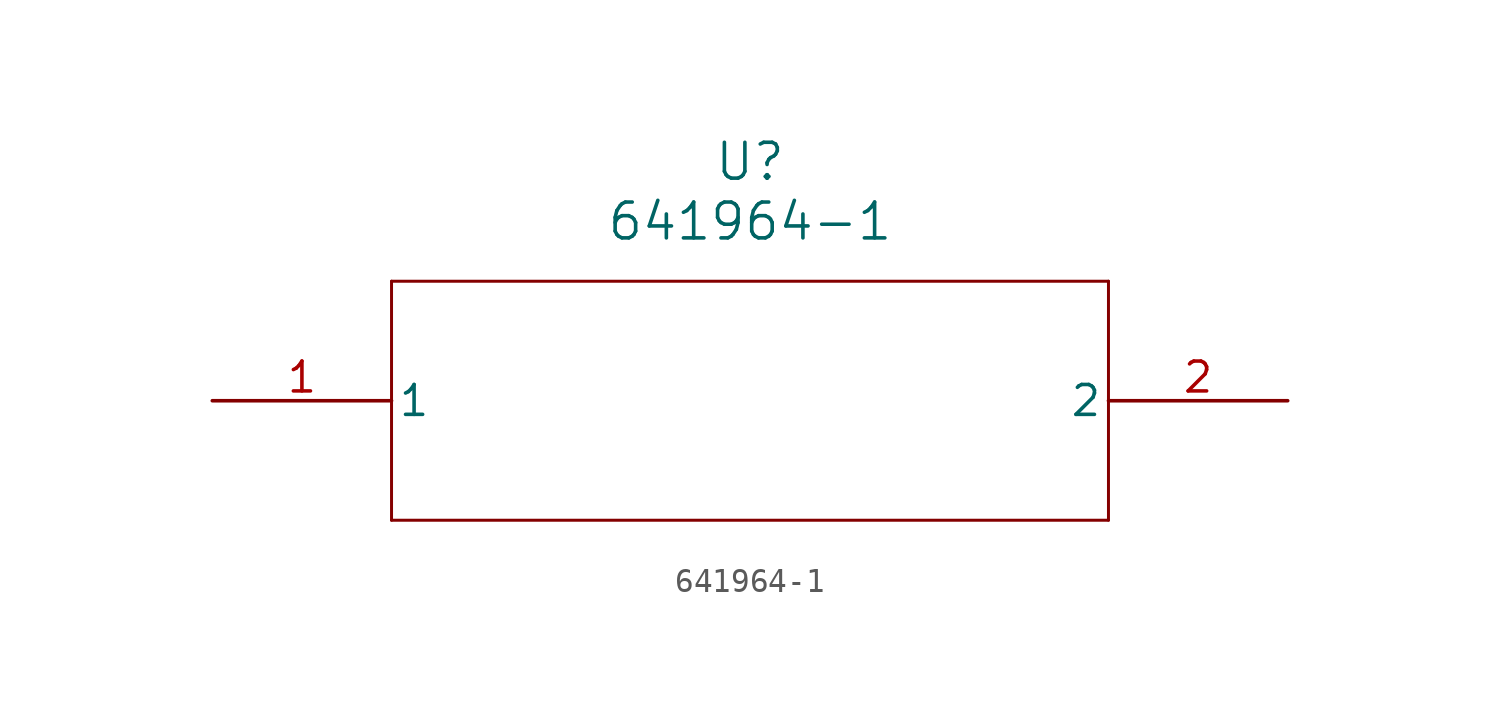
<source format=kicad_sym>
(kicad_symbol_lib
  (version 20231120)
  (generator "kicad_symbol_editor")
  (generator_version "8.0")
  (symbol "641964-1"
    (pin_names
      (offset 0.254))
    (property "Reference" "U"
      (at 22.86 10.16 0)
      (effects (font (size 1.524 1.524))))
    (property "Value" "641964-1"
      (at 22.86 7.62 0)
      (effects (font (size 1.524 1.524))))
    (property "ki_locked" ""
      (at 0 0 0)
      (effects (font (size 1.27 1.27))))
    (symbol "641964-1_0_1"
      (polyline (pts (xy 7.62 -5.08) (xy 38.1 -5.08)) (stroke (width 0.127) (type default)) (fill (type none)))
      (polyline (pts (xy 7.62 5.08) (xy 7.62 -5.08)) (stroke (width 0.127) (type default)) (fill (type none)))
      (polyline (pts (xy 38.1 -5.08) (xy 38.1 5.08)) (stroke (width 0.127) (type default)) (fill (type none)))
      (polyline (pts (xy 38.1 5.08) (xy 7.62 5.08)) (stroke (width 0.127) (type default)) (fill (type none)))
      (pin unspecified line (at 0 0 0) (length 7.62) (name "1" (effects (font (size 1.27 1.27)))) (number "1" (effects (font (size 1.27 1.27)))))
      (pin unspecified line (at 45.72 0 180) (length 7.62) (name "2" (effects (font (size 1.27 1.27)))) (number "2" (effects (font (size 1.27 1.27))))))))
</source>
